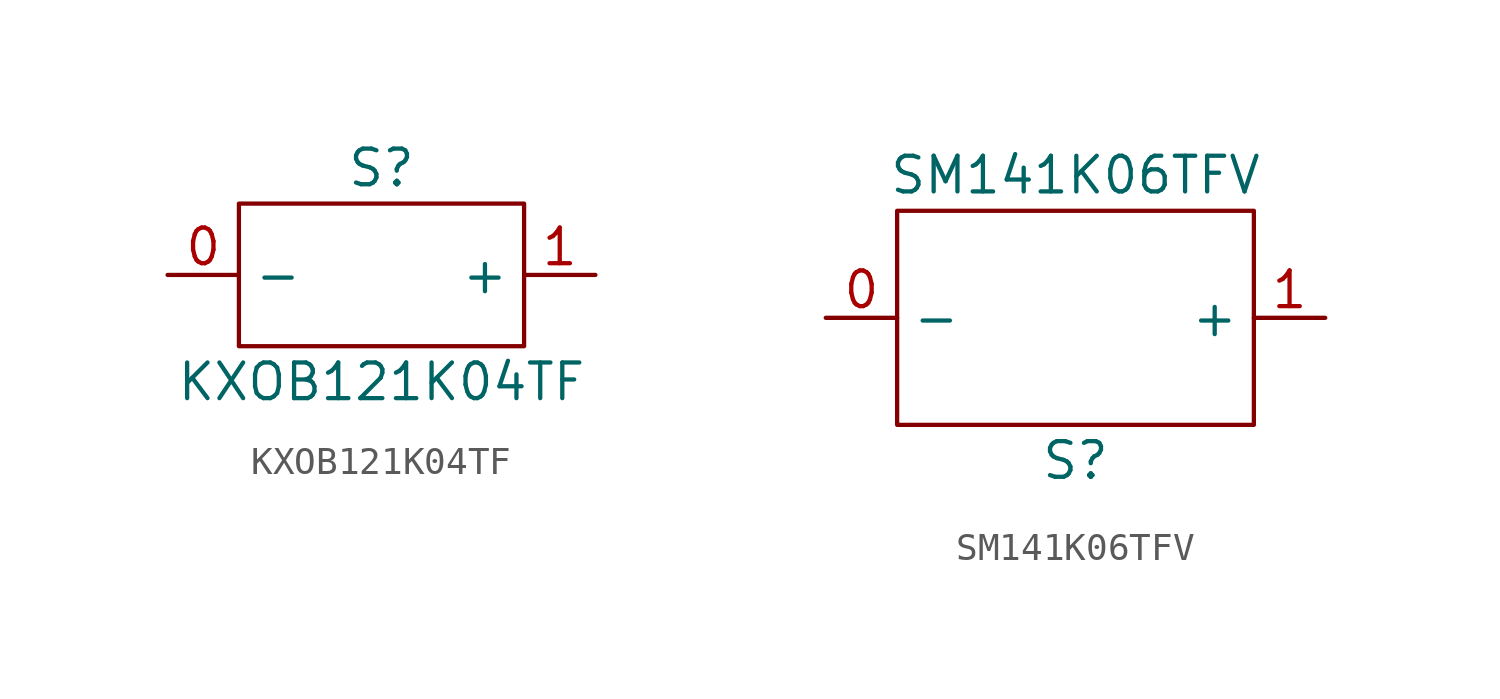
<source format=kicad_sym>
(kicad_symbol_lib
  (version 20211014)
  (generator kicad_symbol_editor)
  (symbol "KXOB121K04TF"
    (property "Reference" "S"
      (at 0 3.81 0)
      (effects (font (size 1.27 1.27))))
    (property "Value" "KXOB121K04TF"
      (at 0 -3.81 0)
      (effects (font (size 1.27 1.27))))
    (symbol "KXOB121K04TF_0_1"
      (rectangle (start -5.08 2.54) (end 5.08 -2.54) (stroke (width 0.152) (type default) (color 0 0 0 0)) (fill (type none))))
    (symbol "KXOB121K04TF_1_1"
      (pin input line (at -7.62 0 0) (length 2.54) (name "-" (effects (font (size 1.27 1.27)))) (number "0" (effects (font (size 1.27 1.27)))))
      (pin input line (at 7.62 0 180) (length 2.54) (name "+" (effects (font (size 1.27 1.27)))) (number "1" (effects (font (size 1.27 1.27)))))))
  (symbol "SM141K06TFV"
    (property "Reference" "S"
      (at 0 -5.08 0)
      (effects (font (size 1.27 1.27))))
    (property "Value" "SM141K06TFV"
      (at 0 5.08 0)
      (effects (font (size 1.27 1.27))))
    (symbol "SM141K06TFV_0_1"
      (rectangle (start -6.35 3.81) (end 6.35 -3.81) (stroke (width 0.152) (type default) (color 0 0 0 0)) (fill (type none))))
    (symbol "SM141K06TFV_1_1"
      (pin input line (at -8.89 0 0) (length 2.54) (name "-" (effects (font (size 1.27 1.27)))) (number "0" (effects (font (size 1.27 1.27)))))
      (pin input line (at 8.89 0 180) (length 2.54) (name "+" (effects (font (size 1.27 1.27)))) (number "1" (effects (font (size 1.27 1.27))))))))
</source>
